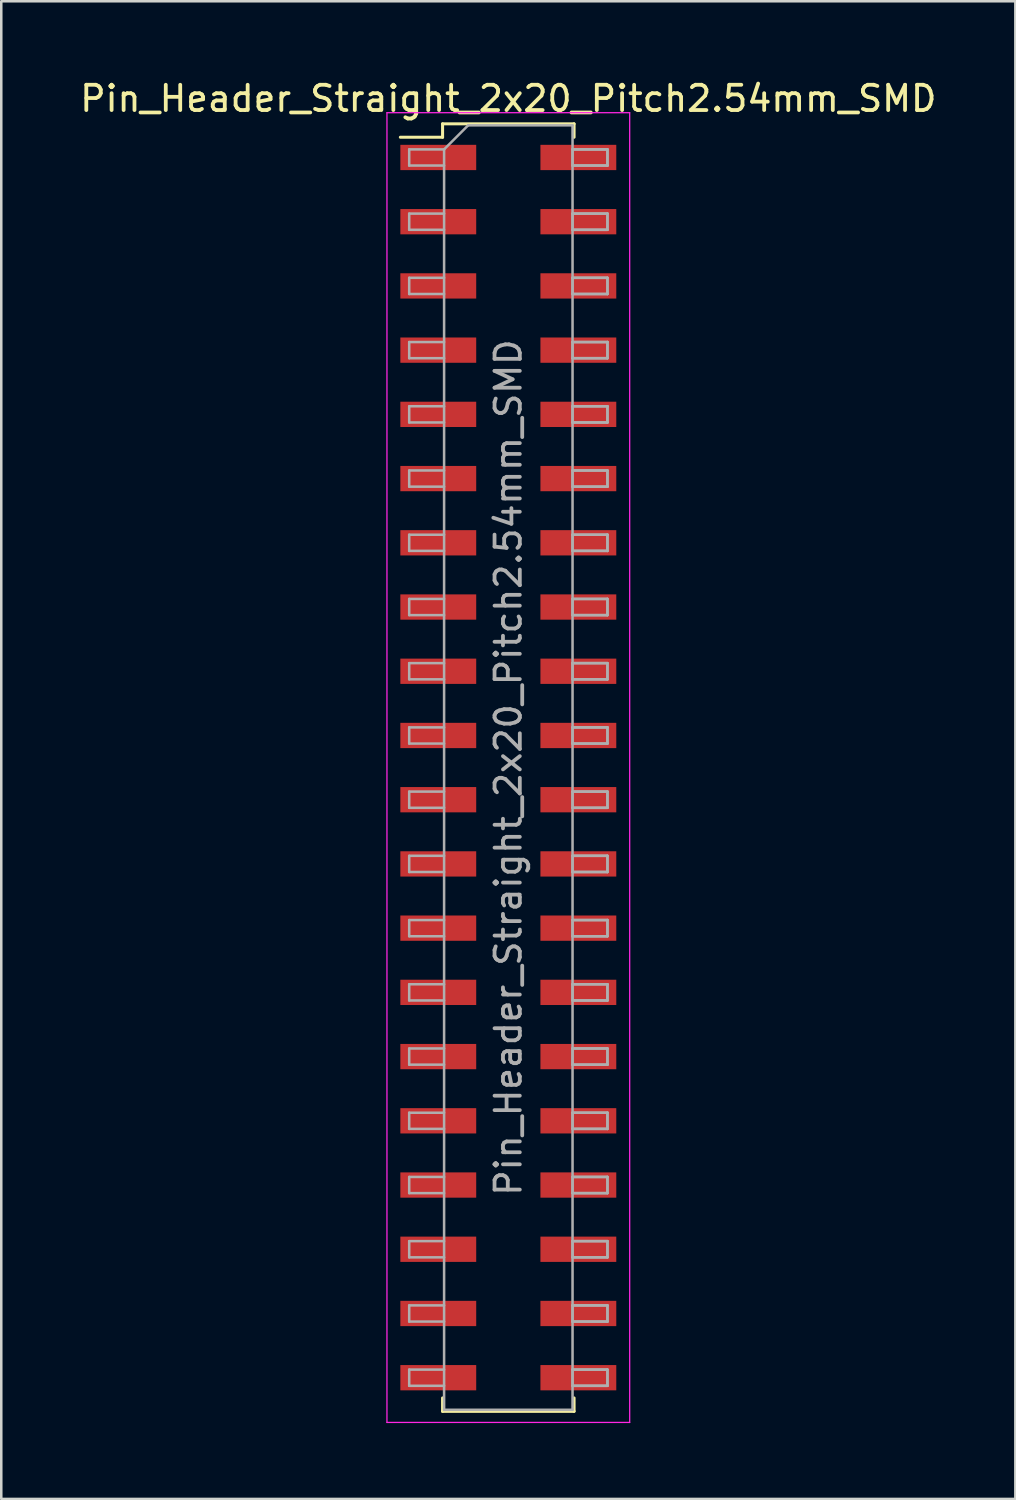
<source format=kicad_pcb>
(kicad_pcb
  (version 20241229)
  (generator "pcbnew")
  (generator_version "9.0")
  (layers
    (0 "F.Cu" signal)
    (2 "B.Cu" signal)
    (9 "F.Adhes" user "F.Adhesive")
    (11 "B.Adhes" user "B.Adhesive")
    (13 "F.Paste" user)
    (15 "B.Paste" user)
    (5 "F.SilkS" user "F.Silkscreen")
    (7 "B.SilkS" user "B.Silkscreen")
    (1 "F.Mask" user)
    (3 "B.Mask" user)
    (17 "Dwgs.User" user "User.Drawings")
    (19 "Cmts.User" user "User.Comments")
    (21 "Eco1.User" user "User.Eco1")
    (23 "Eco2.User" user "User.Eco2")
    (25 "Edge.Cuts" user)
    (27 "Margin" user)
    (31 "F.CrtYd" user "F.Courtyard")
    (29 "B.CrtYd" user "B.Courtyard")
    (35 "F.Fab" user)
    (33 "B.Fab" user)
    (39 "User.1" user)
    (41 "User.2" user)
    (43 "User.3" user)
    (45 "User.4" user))
  (footprint "Pin_Header_Straight_2x20_Pitch2.54mm_SMD"
    (layer "F.Cu")
    (at 17.054 27.308)
    (property "Reference" "Pin_Header_Straight_2x20_Pitch2.54mm_SMD" (at 0 -26.46 0) (layer "F.SilkS") (effects (font (size 1 1) (thickness 0.15))))
    (attr smd)
    (fp_line (start -4.27 -24.93) (end -2.6 -24.93) (stroke (width 0.12) (type solid)) (layer "F.SilkS"))
    (fp_line (start -2.6 -25.46) (end 2.6 -25.46) (stroke (width 0.12) (type solid)) (layer "F.SilkS"))
    (fp_line (start -2.6 -24.93) (end -2.6 -25.46) (stroke (width 0.12) (type solid)) (layer "F.SilkS"))
    (fp_line (start -2.6 24.93) (end -2.6 25.46) (stroke (width 0.12) (type solid)) (layer "F.SilkS"))
    (fp_line (start -2.6 25.46) (end 2.6 25.46) (stroke (width 0.12) (type solid)) (layer "F.SilkS"))
    (fp_line (start 2.6 -25.46) (end 2.6 -24.93) (stroke (width 0.12) (type solid)) (layer "F.SilkS"))
    (fp_line (start 2.6 25.46) (end 2.6 24.93) (stroke (width 0.12) (type solid)) (layer "F.SilkS"))
    (fp_line (start -4.8 -25.9) (end -4.8 25.9) (stroke (width 0.05) (type solid)) (layer "F.CrtYd"))
    (fp_line (start -4.8 25.9) (end 4.8 25.9) (stroke (width 0.05) (type solid)) (layer "F.CrtYd"))
    (fp_line (start 4.8 -25.9) (end -4.8 -25.9) (stroke (width 0.05) (type solid)) (layer "F.CrtYd"))
    (fp_line (start 4.8 25.9) (end 4.8 -25.9) (stroke (width 0.05) (type solid)) (layer "F.CrtYd"))
    (fp_line (start -3.92 -24.45) (end -3.92 -23.81) (stroke (width 0.1) (type solid)) (layer "F.Fab"))
    (fp_line (start -3.92 -23.81) (end -2.54 -23.81) (stroke (width 0.1) (type solid)) (layer "F.Fab"))
    (fp_line (start -3.92 -21.91) (end -3.92 -21.27) (stroke (width 0.1) (type solid)) (layer "F.Fab"))
    (fp_line (start -3.92 -21.27) (end -2.54 -21.27) (stroke (width 0.1) (type solid)) (layer "F.Fab"))
    (fp_line (start -3.92 -19.37) (end -3.92 -18.73) (stroke (width 0.1) (type solid)) (layer "F.Fab"))
    (fp_line (start -3.92 -18.73) (end -2.54 -18.73) (stroke (width 0.1) (type solid)) (layer "F.Fab"))
    (fp_line (start -3.92 -16.83) (end -3.92 -16.19) (stroke (width 0.1) (type solid)) (layer "F.Fab"))
    (fp_line (start -3.92 -16.19) (end -2.54 -16.19) (stroke (width 0.1) (type solid)) (layer "F.Fab"))
    (fp_line (start -3.92 -14.29) (end -3.92 -13.65) (stroke (width 0.1) (type solid)) (layer "F.Fab"))
    (fp_line (start -3.92 -13.65) (end -2.54 -13.65) (stroke (width 0.1) (type solid)) (layer "F.Fab"))
    (fp_line (start -3.92 -11.75) (end -3.92 -11.11) (stroke (width 0.1) (type solid)) (layer "F.Fab"))
    (fp_line (start -3.92 -11.11) (end -2.54 -11.11) (stroke (width 0.1) (type solid)) (layer "F.Fab"))
    (fp_line (start -3.92 -9.21) (end -3.92 -8.57) (stroke (width 0.1) (type solid)) (layer "F.Fab"))
    (fp_line (start -3.92 -8.57) (end -2.54 -8.57) (stroke (width 0.1) (type solid)) (layer "F.Fab"))
    (fp_line (start -3.92 -6.67) (end -3.92 -6.03) (stroke (width 0.1) (type solid)) (layer "F.Fab"))
    (fp_line (start -3.92 -6.03) (end -2.54 -6.03) (stroke (width 0.1) (type solid)) (layer "F.Fab"))
    (fp_line (start -3.92 -4.13) (end -3.92 -3.49) (stroke (width 0.1) (type solid)) (layer "F.Fab"))
    (fp_line (start -3.92 -3.49) (end -2.54 -3.49) (stroke (width 0.1) (type solid)) (layer "F.Fab"))
    (fp_line (start -3.92 -1.59) (end -3.92 -0.95) (stroke (width 0.1) (type solid)) (layer "F.Fab"))
    (fp_line (start -3.92 -0.95) (end -2.54 -0.95) (stroke (width 0.1) (type solid)) (layer "F.Fab"))
    (fp_line (start -3.92 0.95) (end -3.92 1.59) (stroke (width 0.1) (type solid)) (layer "F.Fab"))
    (fp_line (start -3.92 1.59) (end -2.54 1.59) (stroke (width 0.1) (type solid)) (layer "F.Fab"))
    (fp_line (start -3.92 3.49) (end -3.92 4.13) (stroke (width 0.1) (type solid)) (layer "F.Fab"))
    (fp_line (start -3.92 4.13) (end -2.54 4.13) (stroke (width 0.1) (type solid)) (layer "F.Fab"))
    (fp_line (start -3.92 6.03) (end -3.92 6.67) (stroke (width 0.1) (type solid)) (layer "F.Fab"))
    (fp_line (start -3.92 6.67) (end -2.54 6.67) (stroke (width 0.1) (type solid)) (layer "F.Fab"))
    (fp_line (start -3.92 8.57) (end -3.92 9.21) (stroke (width 0.1) (type solid)) (layer "F.Fab"))
    (fp_line (start -3.92 9.21) (end -2.54 9.21) (stroke (width 0.1) (type solid)) (layer "F.Fab"))
    (fp_line (start -3.92 11.11) (end -3.92 11.75) (stroke (width 0.1) (type solid)) (layer "F.Fab"))
    (fp_line (start -3.92 11.75) (end -2.54 11.75) (stroke (width 0.1) (type solid)) (layer "F.Fab"))
    (fp_line (start -3.92 13.65) (end -3.92 14.29) (stroke (width 0.1) (type solid)) (layer "F.Fab"))
    (fp_line (start -3.92 14.29) (end -2.54 14.29) (stroke (width 0.1) (type solid)) (layer "F.Fab"))
    (fp_line (start -3.92 16.19) (end -3.92 16.83) (stroke (width 0.1) (type solid)) (layer "F.Fab"))
    (fp_line (start -3.92 16.83) (end -2.54 16.83) (stroke (width 0.1) (type solid)) (layer "F.Fab"))
    (fp_line (start -3.92 18.73) (end -3.92 19.37) (stroke (width 0.1) (type solid)) (layer "F.Fab"))
    (fp_line (start -3.92 19.37) (end -2.54 19.37) (stroke (width 0.1) (type solid)) (layer "F.Fab"))
    (fp_line (start -3.92 21.27) (end -3.92 21.91) (stroke (width 0.1) (type solid)) (layer "F.Fab"))
    (fp_line (start -3.92 21.91) (end -2.54 21.91) (stroke (width 0.1) (type solid)) (layer "F.Fab"))
    (fp_line (start -3.92 23.81) (end -3.92 24.45) (stroke (width 0.1) (type solid)) (layer "F.Fab"))
    (fp_line (start -3.92 24.45) (end -2.54 24.45) (stroke (width 0.1) (type solid)) (layer "F.Fab"))
    (fp_line (start -2.54 -24.45) (end -3.92 -24.45) (stroke (width 0.1) (type solid)) (layer "F.Fab"))
    (fp_line (start -2.54 -24.45) (end -1.59 -25.4) (stroke (width 0.1) (type solid)) (layer "F.Fab"))
    (fp_line (start -2.54 -21.91) (end -3.92 -21.91) (stroke (width 0.1) (type solid)) (layer "F.Fab"))
    (fp_line (start -2.54 -19.37) (end -3.92 -19.37) (stroke (width 0.1) (type solid)) (layer "F.Fab"))
    (fp_line (start -2.54 -16.83) (end -3.92 -16.83) (stroke (width 0.1) (type solid)) (layer "F.Fab"))
    (fp_line (start -2.54 -14.29) (end -3.92 -14.29) (stroke (width 0.1) (type solid)) (layer "F.Fab"))
    (fp_line (start -2.54 -11.75) (end -3.92 -11.75) (stroke (width 0.1) (type solid)) (layer "F.Fab"))
    (fp_line (start -2.54 -9.21) (end -3.92 -9.21) (stroke (width 0.1) (type solid)) (layer "F.Fab"))
    (fp_line (start -2.54 -6.67) (end -3.92 -6.67) (stroke (width 0.1) (type solid)) (layer "F.Fab"))
    (fp_line (start -2.54 -4.13) (end -3.92 -4.13) (stroke (width 0.1) (type solid)) (layer "F.Fab"))
    (fp_line (start -2.54 -1.59) (end -3.92 -1.59) (stroke (width 0.1) (type solid)) (layer "F.Fab"))
    (fp_line (start -2.54 0.95) (end -3.92 0.95) (stroke (width 0.1) (type solid)) (layer "F.Fab"))
    (fp_line (start -2.54 3.49) (end -3.92 3.49) (stroke (width 0.1) (type solid)) (layer "F.Fab"))
    (fp_line (start -2.54 6.03) (end -3.92 6.03) (stroke (width 0.1) (type solid)) (layer "F.Fab"))
    (fp_line (start -2.54 8.57) (end -3.92 8.57) (stroke (width 0.1) (type solid)) (layer "F.Fab"))
    (fp_line (start -2.54 11.11) (end -3.92 11.11) (stroke (width 0.1) (type solid)) (layer "F.Fab"))
    (fp_line (start -2.54 13.65) (end -3.92 13.65) (stroke (width 0.1) (type solid)) (layer "F.Fab"))
    (fp_line (start -2.54 16.19) (end -3.92 16.19) (stroke (width 0.1) (type solid)) (layer "F.Fab"))
    (fp_line (start -2.54 18.73) (end -3.92 18.73) (stroke (width 0.1) (type solid)) (layer "F.Fab"))
    (fp_line (start -2.54 21.27) (end -3.92 21.27) (stroke (width 0.1) (type solid)) (layer "F.Fab"))
    (fp_line (start -2.54 23.81) (end -3.92 23.81) (stroke (width 0.1) (type solid)) (layer "F.Fab"))
    (fp_line (start -2.54 25.4) (end -2.54 -24.45) (stroke (width 0.1) (type solid)) (layer "F.Fab"))
    (fp_line (start -1.59 -25.4) (end 2.54 -25.4) (stroke (width 0.1) (type solid)) (layer "F.Fab"))
    (fp_line (start 2.54 -25.4) (end 2.54 25.4) (stroke (width 0.1) (type solid)) (layer "F.Fab"))
    (fp_line (start 2.54 -24.45) (end 2.54 -23.81) (stroke (width 0.1) (type solid)) (layer "F.Fab"))
    (fp_line (start 2.54 -24.45) (end 3.92 -24.45) (stroke (width 0.1) (type solid)) (layer "F.Fab"))
    (fp_line (start 2.54 -23.81) (end 3.92 -23.81) (stroke (width 0.1) (type solid)) (layer "F.Fab"))
    (fp_line (start 2.54 -21.91) (end 2.54 -21.27) (stroke (width 0.1) (type solid)) (layer "F.Fab"))
    (fp_line (start 2.54 -21.91) (end 3.92 -21.91) (stroke (width 0.1) (type solid)) (layer "F.Fab"))
    (fp_line (start 2.54 -21.27) (end 3.92 -21.27) (stroke (width 0.1) (type solid)) (layer "F.Fab"))
    (fp_line (start 2.54 -19.37) (end 2.54 -18.73) (stroke (width 0.1) (type solid)) (layer "F.Fab"))
    (fp_line (start 2.54 -19.37) (end 3.92 -19.37) (stroke (width 0.1) (type solid)) (layer "F.Fab"))
    (fp_line (start 2.54 -18.73) (end 3.92 -18.73) (stroke (width 0.1) (type solid)) (layer "F.Fab"))
    (fp_line (start 2.54 -16.83) (end 2.54 -16.19) (stroke (width 0.1) (type solid)) (layer "F.Fab"))
    (fp_line (start 2.54 -16.83) (end 3.92 -16.83) (stroke (width 0.1) (type solid)) (layer "F.Fab"))
    (fp_line (start 2.54 -16.19) (end 3.92 -16.19) (stroke (width 0.1) (type solid)) (layer "F.Fab"))
    (fp_line (start 2.54 -14.29) (end 2.54 -13.65) (stroke (width 0.1) (type solid)) (layer "F.Fab"))
    (fp_line (start 2.54 -14.29) (end 3.92 -14.29) (stroke (width 0.1) (type solid)) (layer "F.Fab"))
    (fp_line (start 2.54 -13.65) (end 3.92 -13.65) (stroke (width 0.1) (type solid)) (layer "F.Fab"))
    (fp_line (start 2.54 -11.75) (end 2.54 -11.11) (stroke (width 0.1) (type solid)) (layer "F.Fab"))
    (fp_line (start 2.54 -11.75) (end 3.92 -11.75) (stroke (width 0.1) (type solid)) (layer "F.Fab"))
    (fp_line (start 2.54 -11.11) (end 3.92 -11.11) (stroke (width 0.1) (type solid)) (layer "F.Fab"))
    (fp_line (start 2.54 -9.21) (end 2.54 -8.57) (stroke (width 0.1) (type solid)) (layer "F.Fab"))
    (fp_line (start 2.54 -9.21) (end 3.92 -9.21) (stroke (width 0.1) (type solid)) (layer "F.Fab"))
    (fp_line (start 2.54 -8.57) (end 3.92 -8.57) (stroke (width 0.1) (type solid)) (layer "F.Fab"))
    (fp_line (start 2.54 -6.67) (end 2.54 -6.03) (stroke (width 0.1) (type solid)) (layer "F.Fab"))
    (fp_line (start 2.54 -6.67) (end 3.92 -6.67) (stroke (width 0.1) (type solid)) (layer "F.Fab"))
    (fp_line (start 2.54 -6.03) (end 3.92 -6.03) (stroke (width 0.1) (type solid)) (layer "F.Fab"))
    (fp_line (start 2.54 -4.13) (end 2.54 -3.49) (stroke (width 0.1) (type solid)) (layer "F.Fab"))
    (fp_line (start 2.54 -4.13) (end 3.92 -4.13) (stroke (width 0.1) (type solid)) (layer "F.Fab"))
    (fp_line (start 2.54 -3.49) (end 3.92 -3.49) (stroke (width 0.1) (type solid)) (layer "F.Fab"))
    (fp_line (start 2.54 -1.59) (end 2.54 -0.95) (stroke (width 0.1) (type solid)) (layer "F.Fab"))
    (fp_line (start 2.54 -1.59) (end 3.92 -1.59) (stroke (width 0.1) (type solid)) (layer "F.Fab"))
    (fp_line (start 2.54 -0.95) (end 3.92 -0.95) (stroke (width 0.1) (type solid)) (layer "F.Fab"))
    (fp_line (start 2.54 0.95) (end 2.54 1.59) (stroke (width 0.1) (type solid)) (layer "F.Fab"))
    (fp_line (start 2.54 0.95) (end 3.92 0.95) (stroke (width 0.1) (type solid)) (layer "F.Fab"))
    (fp_line (start 2.54 1.59) (end 3.92 1.59) (stroke (width 0.1) (type solid)) (layer "F.Fab"))
    (fp_line (start 2.54 3.49) (end 2.54 4.13) (stroke (width 0.1) (type solid)) (layer "F.Fab"))
    (fp_line (start 2.54 3.49) (end 3.92 3.49) (stroke (width 0.1) (type solid)) (layer "F.Fab"))
    (fp_line (start 2.54 4.13) (end 3.92 4.13) (stroke (width 0.1) (type solid)) (layer "F.Fab"))
    (fp_line (start 2.54 6.03) (end 2.54 6.67) (stroke (width 0.1) (type solid)) (layer "F.Fab"))
    (fp_line (start 2.54 6.03) (end 3.92 6.03) (stroke (width 0.1) (type solid)) (layer "F.Fab"))
    (fp_line (start 2.54 6.67) (end 3.92 6.67) (stroke (width 0.1) (type solid)) (layer "F.Fab"))
    (fp_line (start 2.54 8.57) (end 2.54 9.21) (stroke (width 0.1) (type solid)) (layer "F.Fab"))
    (fp_line (start 2.54 8.57) (end 3.92 8.57) (stroke (width 0.1) (type solid)) (layer "F.Fab"))
    (fp_line (start 2.54 9.21) (end 3.92 9.21) (stroke (width 0.1) (type solid)) (layer "F.Fab"))
    (fp_line (start 2.54 11.11) (end 2.54 11.75) (stroke (width 0.1) (type solid)) (layer "F.Fab"))
    (fp_line (start 2.54 11.11) (end 3.92 11.11) (stroke (width 0.1) (type solid)) (layer "F.Fab"))
    (fp_line (start 2.54 11.75) (end 3.92 11.75) (stroke (width 0.1) (type solid)) (layer "F.Fab"))
    (fp_line (start 2.54 13.65) (end 2.54 14.29) (stroke (width 0.1) (type solid)) (layer "F.Fab"))
    (fp_line (start 2.54 13.65) (end 3.92 13.65) (stroke (width 0.1) (type solid)) (layer "F.Fab"))
    (fp_line (start 2.54 14.29) (end 3.92 14.29) (stroke (width 0.1) (type solid)) (layer "F.Fab"))
    (fp_line (start 2.54 16.19) (end 2.54 16.83) (stroke (width 0.1) (type solid)) (layer "F.Fab"))
    (fp_line (start 2.54 16.19) (end 3.92 16.19) (stroke (width 0.1) (type solid)) (layer "F.Fab"))
    (fp_line (start 2.54 16.83) (end 3.92 16.83) (stroke (width 0.1) (type solid)) (layer "F.Fab"))
    (fp_line (start 2.54 18.73) (end 2.54 19.37) (stroke (width 0.1) (type solid)) (layer "F.Fab"))
    (fp_line (start 2.54 18.73) (end 3.92 18.73) (stroke (width 0.1) (type solid)) (layer "F.Fab"))
    (fp_line (start 2.54 19.37) (end 3.92 19.37) (stroke (width 0.1) (type solid)) (layer "F.Fab"))
    (fp_line (start 2.54 21.27) (end 2.54 21.91) (stroke (width 0.1) (type solid)) (layer "F.Fab"))
    (fp_line (start 2.54 21.27) (end 3.92 21.27) (stroke (width 0.1) (type solid)) (layer "F.Fab"))
    (fp_line (start 2.54 21.91) (end 3.92 21.91) (stroke (width 0.1) (type solid)) (layer "F.Fab"))
    (fp_line (start 2.54 23.81) (end 2.54 24.45) (stroke (width 0.1) (type solid)) (layer "F.Fab"))
    (fp_line (start 2.54 23.81) (end 3.92 23.81) (stroke (width 0.1) (type solid)) (layer "F.Fab"))
    (fp_line (start 2.54 24.45) (end 3.92 24.45) (stroke (width 0.1) (type solid)) (layer "F.Fab"))
    (fp_line (start 2.54 25.4) (end -2.54 25.4) (stroke (width 0.1) (type solid)) (layer "F.Fab"))
    (fp_line (start 3.92 -24.45) (end 2.54 -24.45) (stroke (width 0.1) (type solid)) (layer "F.Fab"))
    (fp_line (start 3.92 -24.45) (end 3.92 -23.81) (stroke (width 0.1) (type solid)) (layer "F.Fab"))
    (fp_line (start 3.92 -23.81) (end 2.54 -23.81) (stroke (width 0.1) (type solid)) (layer "F.Fab"))
    (fp_line (start 3.92 -23.81) (end 3.92 -24.45) (stroke (width 0.1) (type solid)) (layer "F.Fab"))
    (fp_line (start 3.92 -21.91) (end 2.54 -21.91) (stroke (width 0.1) (type solid)) (layer "F.Fab"))
    (fp_line (start 3.92 -21.91) (end 3.92 -21.27) (stroke (width 0.1) (type solid)) (layer "F.Fab"))
    (fp_line (start 3.92 -21.27) (end 2.54 -21.27) (stroke (width 0.1) (type solid)) (layer "F.Fab"))
    (fp_line (start 3.92 -21.27) (end 3.92 -21.91) (stroke (width 0.1) (type solid)) (layer "F.Fab"))
    (fp_line (start 3.92 -19.37) (end 2.54 -19.37) (stroke (width 0.1) (type solid)) (layer "F.Fab"))
    (fp_line (start 3.92 -19.37) (end 3.92 -18.73) (stroke (width 0.1) (type solid)) (layer "F.Fab"))
    (fp_line (start 3.92 -18.73) (end 2.54 -18.73) (stroke (width 0.1) (type solid)) (layer "F.Fab"))
    (fp_line (start 3.92 -18.73) (end 3.92 -19.37) (stroke (width 0.1) (type solid)) (layer "F.Fab"))
    (fp_line (start 3.92 -16.83) (end 2.54 -16.83) (stroke (width 0.1) (type solid)) (layer "F.Fab"))
    (fp_line (start 3.92 -16.83) (end 3.92 -16.19) (stroke (width 0.1) (type solid)) (layer "F.Fab"))
    (fp_line (start 3.92 -16.19) (end 2.54 -16.19) (stroke (width 0.1) (type solid)) (layer "F.Fab"))
    (fp_line (start 3.92 -16.19) (end 3.92 -16.83) (stroke (width 0.1) (type solid)) (layer "F.Fab"))
    (fp_line (start 3.92 -14.29) (end 2.54 -14.29) (stroke (width 0.1) (type solid)) (layer "F.Fab"))
    (fp_line (start 3.92 -14.29) (end 3.92 -13.65) (stroke (width 0.1) (type solid)) (layer "F.Fab"))
    (fp_line (start 3.92 -13.65) (end 2.54 -13.65) (stroke (width 0.1) (type solid)) (layer "F.Fab"))
    (fp_line (start 3.92 -13.65) (end 3.92 -14.29) (stroke (width 0.1) (type solid)) (layer "F.Fab"))
    (fp_line (start 3.92 -11.75) (end 2.54 -11.75) (stroke (width 0.1) (type solid)) (layer "F.Fab"))
    (fp_line (start 3.92 -11.75) (end 3.92 -11.11) (stroke (width 0.1) (type solid)) (layer "F.Fab"))
    (fp_line (start 3.92 -11.11) (end 2.54 -11.11) (stroke (width 0.1) (type solid)) (layer "F.Fab"))
    (fp_line (start 3.92 -11.11) (end 3.92 -11.75) (stroke (width 0.1) (type solid)) (layer "F.Fab"))
    (fp_line (start 3.92 -9.21) (end 2.54 -9.21) (stroke (width 0.1) (type solid)) (layer "F.Fab"))
    (fp_line (start 3.92 -9.21) (end 3.92 -8.57) (stroke (width 0.1) (type solid)) (layer "F.Fab"))
    (fp_line (start 3.92 -8.57) (end 2.54 -8.57) (stroke (width 0.1) (type solid)) (layer "F.Fab"))
    (fp_line (start 3.92 -8.57) (end 3.92 -9.21) (stroke (width 0.1) (type solid)) (layer "F.Fab"))
    (fp_line (start 3.92 -6.67) (end 2.54 -6.67) (stroke (width 0.1) (type solid)) (layer "F.Fab"))
    (fp_line (start 3.92 -6.67) (end 3.92 -6.03) (stroke (width 0.1) (type solid)) (layer "F.Fab"))
    (fp_line (start 3.92 -6.03) (end 2.54 -6.03) (stroke (width 0.1) (type solid)) (layer "F.Fab"))
    (fp_line (start 3.92 -6.03) (end 3.92 -6.67) (stroke (width 0.1) (type solid)) (layer "F.Fab"))
    (fp_line (start 3.92 -4.13) (end 2.54 -4.13) (stroke (width 0.1) (type solid)) (layer "F.Fab"))
    (fp_line (start 3.92 -4.13) (end 3.92 -3.49) (stroke (width 0.1) (type solid)) (layer "F.Fab"))
    (fp_line (start 3.92 -3.49) (end 2.54 -3.49) (stroke (width 0.1) (type solid)) (layer "F.Fab"))
    (fp_line (start 3.92 -3.49) (end 3.92 -4.13) (stroke (width 0.1) (type solid)) (layer "F.Fab"))
    (fp_line (start 3.92 -1.59) (end 2.54 -1.59) (stroke (width 0.1) (type solid)) (layer "F.Fab"))
    (fp_line (start 3.92 -1.59) (end 3.92 -0.95) (stroke (width 0.1) (type solid)) (layer "F.Fab"))
    (fp_line (start 3.92 -0.95) (end 2.54 -0.95) (stroke (width 0.1) (type solid)) (layer "F.Fab"))
    (fp_line (start 3.92 -0.95) (end 3.92 -1.59) (stroke (width 0.1) (type solid)) (layer "F.Fab"))
    (fp_line (start 3.92 0.95) (end 2.54 0.95) (stroke (width 0.1) (type solid)) (layer "F.Fab"))
    (fp_line (start 3.92 0.95) (end 3.92 1.59) (stroke (width 0.1) (type solid)) (layer "F.Fab"))
    (fp_line (start 3.92 1.59) (end 2.54 1.59) (stroke (width 0.1) (type solid)) (layer "F.Fab"))
    (fp_line (start 3.92 1.59) (end 3.92 0.95) (stroke (width 0.1) (type solid)) (layer "F.Fab"))
    (fp_line (start 3.92 3.49) (end 2.54 3.49) (stroke (width 0.1) (type solid)) (layer "F.Fab"))
    (fp_line (start 3.92 3.49) (end 3.92 4.13) (stroke (width 0.1) (type solid)) (layer "F.Fab"))
    (fp_line (start 3.92 4.13) (end 2.54 4.13) (stroke (width 0.1) (type solid)) (layer "F.Fab"))
    (fp_line (start 3.92 4.13) (end 3.92 3.49) (stroke (width 0.1) (type solid)) (layer "F.Fab"))
    (fp_line (start 3.92 6.03) (end 2.54 6.03) (stroke (width 0.1) (type solid)) (layer "F.Fab"))
    (fp_line (start 3.92 6.03) (end 3.92 6.67) (stroke (width 0.1) (type solid)) (layer "F.Fab"))
    (fp_line (start 3.92 6.67) (end 2.54 6.67) (stroke (width 0.1) (type solid)) (layer "F.Fab"))
    (fp_line (start 3.92 6.67) (end 3.92 6.03) (stroke (width 0.1) (type solid)) (layer "F.Fab"))
    (fp_line (start 3.92 8.57) (end 2.54 8.57) (stroke (width 0.1) (type solid)) (layer "F.Fab"))
    (fp_line (start 3.92 8.57) (end 3.92 9.21) (stroke (width 0.1) (type solid)) (layer "F.Fab"))
    (fp_line (start 3.92 9.21) (end 2.54 9.21) (stroke (width 0.1) (type solid)) (layer "F.Fab"))
    (fp_line (start 3.92 9.21) (end 3.92 8.57) (stroke (width 0.1) (type solid)) (layer "F.Fab"))
    (fp_line (start 3.92 11.11) (end 2.54 11.11) (stroke (width 0.1) (type solid)) (layer "F.Fab"))
    (fp_line (start 3.92 11.11) (end 3.92 11.75) (stroke (width 0.1) (type solid)) (layer "F.Fab"))
    (fp_line (start 3.92 11.75) (end 2.54 11.75) (stroke (width 0.1) (type solid)) (layer "F.Fab"))
    (fp_line (start 3.92 11.75) (end 3.92 11.11) (stroke (width 0.1) (type solid)) (layer "F.Fab"))
    (fp_line (start 3.92 13.65) (end 2.54 13.65) (stroke (width 0.1) (type solid)) (layer "F.Fab"))
    (fp_line (start 3.92 13.65) (end 3.92 14.29) (stroke (width 0.1) (type solid)) (layer "F.Fab"))
    (fp_line (start 3.92 14.29) (end 2.54 14.29) (stroke (width 0.1) (type solid)) (layer "F.Fab"))
    (fp_line (start 3.92 14.29) (end 3.92 13.65) (stroke (width 0.1) (type solid)) (layer "F.Fab"))
    (fp_line (start 3.92 16.19) (end 2.54 16.19) (stroke (width 0.1) (type solid)) (layer "F.Fab"))
    (fp_line (start 3.92 16.19) (end 3.92 16.83) (stroke (width 0.1) (type solid)) (layer "F.Fab"))
    (fp_line (start 3.92 16.83) (end 2.54 16.83) (stroke (width 0.1) (type solid)) (layer "F.Fab"))
    (fp_line (start 3.92 16.83) (end 3.92 16.19) (stroke (width 0.1) (type solid)) (layer "F.Fab"))
    (fp_line (start 3.92 18.73) (end 2.54 18.73) (stroke (width 0.1) (type solid)) (layer "F.Fab"))
    (fp_line (start 3.92 18.73) (end 3.92 19.37) (stroke (width 0.1) (type solid)) (layer "F.Fab"))
    (fp_line (start 3.92 19.37) (end 2.54 19.37) (stroke (width 0.1) (type solid)) (layer "F.Fab"))
    (fp_line (start 3.92 19.37) (end 3.92 18.73) (stroke (width 0.1) (type solid)) (layer "F.Fab"))
    (fp_line (start 3.92 21.27) (end 2.54 21.27) (stroke (width 0.1) (type solid)) (layer "F.Fab"))
    (fp_line (start 3.92 21.27) (end 3.92 21.91) (stroke (width 0.1) (type solid)) (layer "F.Fab"))
    (fp_line (start 3.92 21.91) (end 2.54 21.91) (stroke (width 0.1) (type solid)) (layer "F.Fab"))
    (fp_line (start 3.92 21.91) (end 3.92 21.27) (stroke (width 0.1) (type solid)) (layer "F.Fab"))
    (fp_line (start 3.92 23.81) (end 2.54 23.81) (stroke (width 0.1) (type solid)) (layer "F.Fab"))
    (fp_line (start 3.92 23.81) (end 3.92 24.45) (stroke (width 0.1) (type solid)) (layer "F.Fab"))
    (fp_line (start 3.92 24.45) (end 2.54 24.45) (stroke (width 0.1) (type solid)) (layer "F.Fab"))
    (fp_line (start 3.92 24.45) (end 3.92 23.81) (stroke (width 0.1) (type solid)) (layer "F.Fab"))
    (fp_text user "${REFERENCE}" (at 0 0 90) (layer "F.Fab") (effects (font (size 1 1) (thickness 0.15))))
    (pad "1" smd rect (at -2.77 -24.13) (size 3 1) (layers "F.Cu" "F.Mask"))
    (pad "2" smd rect (at 2.77 -24.13) (size 3 1) (layers "F.Cu" "F.Mask"))
    (pad "3" smd rect (at -2.77 -21.59) (size 3 1) (layers "F.Cu" "F.Mask"))
    (pad "4" smd rect (at 2.77 -21.59) (size 3 1) (layers "F.Cu" "F.Mask"))
    (pad "5" smd rect (at -2.77 -19.05) (size 3 1) (layers "F.Cu" "F.Mask"))
    (pad "6" smd rect (at 2.77 -19.05) (size 3 1) (layers "F.Cu" "F.Mask"))
    (pad "7" smd rect (at -2.77 -16.51) (size 3 1) (layers "F.Cu" "F.Mask"))
    (pad "8" smd rect (at 2.77 -16.51) (size 3 1) (layers "F.Cu" "F.Mask"))
    (pad "9" smd rect (at -2.77 -13.97) (size 3 1) (layers "F.Cu" "F.Mask"))
    (pad "10" smd rect (at 2.77 -13.97) (size 3 1) (layers "F.Cu" "F.Mask"))
    (pad "11" smd rect (at -2.77 -11.43) (size 3 1) (layers "F.Cu" "F.Mask"))
    (pad "12" smd rect (at 2.77 -11.43) (size 3 1) (layers "F.Cu" "F.Mask"))
    (pad "13" smd rect (at -2.77 -8.89) (size 3 1) (layers "F.Cu" "F.Mask"))
    (pad "14" smd rect (at 2.77 -8.89) (size 3 1) (layers "F.Cu" "F.Mask"))
    (pad "15" smd rect (at -2.77 -6.35) (size 3 1) (layers "F.Cu" "F.Mask"))
    (pad "16" smd rect (at 2.77 -6.35) (size 3 1) (layers "F.Cu" "F.Mask"))
    (pad "17" smd rect (at -2.77 -3.81) (size 3 1) (layers "F.Cu" "F.Mask"))
    (pad "18" smd rect (at 2.77 -3.81) (size 3 1) (layers "F.Cu" "F.Mask"))
    (pad "19" smd rect (at -2.77 -1.27) (size 3 1) (layers "F.Cu" "F.Mask"))
    (pad "20" smd rect (at 2.77 -1.27) (size 3 1) (layers "F.Cu" "F.Mask"))
    (pad "21" smd rect (at -2.77 1.27) (size 3 1) (layers "F.Cu" "F.Mask"))
    (pad "22" smd rect (at 2.77 1.27) (size 3 1) (layers "F.Cu" "F.Mask"))
    (pad "23" smd rect (at -2.77 3.81) (size 3 1) (layers "F.Cu" "F.Mask"))
    (pad "24" smd rect (at 2.77 3.81) (size 3 1) (layers "F.Cu" "F.Mask"))
    (pad "25" smd rect (at -2.77 6.35) (size 3 1) (layers "F.Cu" "F.Mask"))
    (pad "26" smd rect (at 2.77 6.35) (size 3 1) (layers "F.Cu" "F.Mask"))
    (pad "27" smd rect (at -2.77 8.89) (size 3 1) (layers "F.Cu" "F.Mask"))
    (pad "28" smd rect (at 2.77 8.89) (size 3 1) (layers "F.Cu" "F.Mask"))
    (pad "29" smd rect (at -2.77 11.43) (size 3 1) (layers "F.Cu" "F.Mask"))
    (pad "30" smd rect (at 2.77 11.43) (size 3 1) (layers "F.Cu" "F.Mask"))
    (pad "31" smd rect (at -2.77 13.97) (size 3 1) (layers "F.Cu" "F.Mask"))
    (pad "32" smd rect (at 2.77 13.97) (size 3 1) (layers "F.Cu" "F.Mask"))
    (pad "33" smd rect (at -2.77 16.51) (size 3 1) (layers "F.Cu" "F.Mask"))
    (pad "34" smd rect (at 2.77 16.51) (size 3 1) (layers "F.Cu" "F.Mask"))
    (pad "35" smd rect (at -2.77 19.05) (size 3 1) (layers "F.Cu" "F.Mask"))
    (pad "36" smd rect (at 2.77 19.05) (size 3 1) (layers "F.Cu" "F.Mask"))
    (pad "37" smd rect (at -2.77 21.59) (size 3 1) (layers "F.Cu" "F.Mask"))
    (pad "38" smd rect (at 2.77 21.59) (size 3 1) (layers "F.Cu" "F.Mask"))
    (pad "39" smd rect (at -2.77 24.13) (size 3 1) (layers "F.Cu" "F.Mask"))
    (pad "40" smd rect (at 2.77 24.13) (size 3 1) (layers "F.Cu" "F.Mask")))
  (gr_rect
    (start -3 -3)
    (end 37.107 56.233)
    (stroke (width 0.1) (type default))
    (fill no)
    (layer "Edge.Cuts")))
</source>
